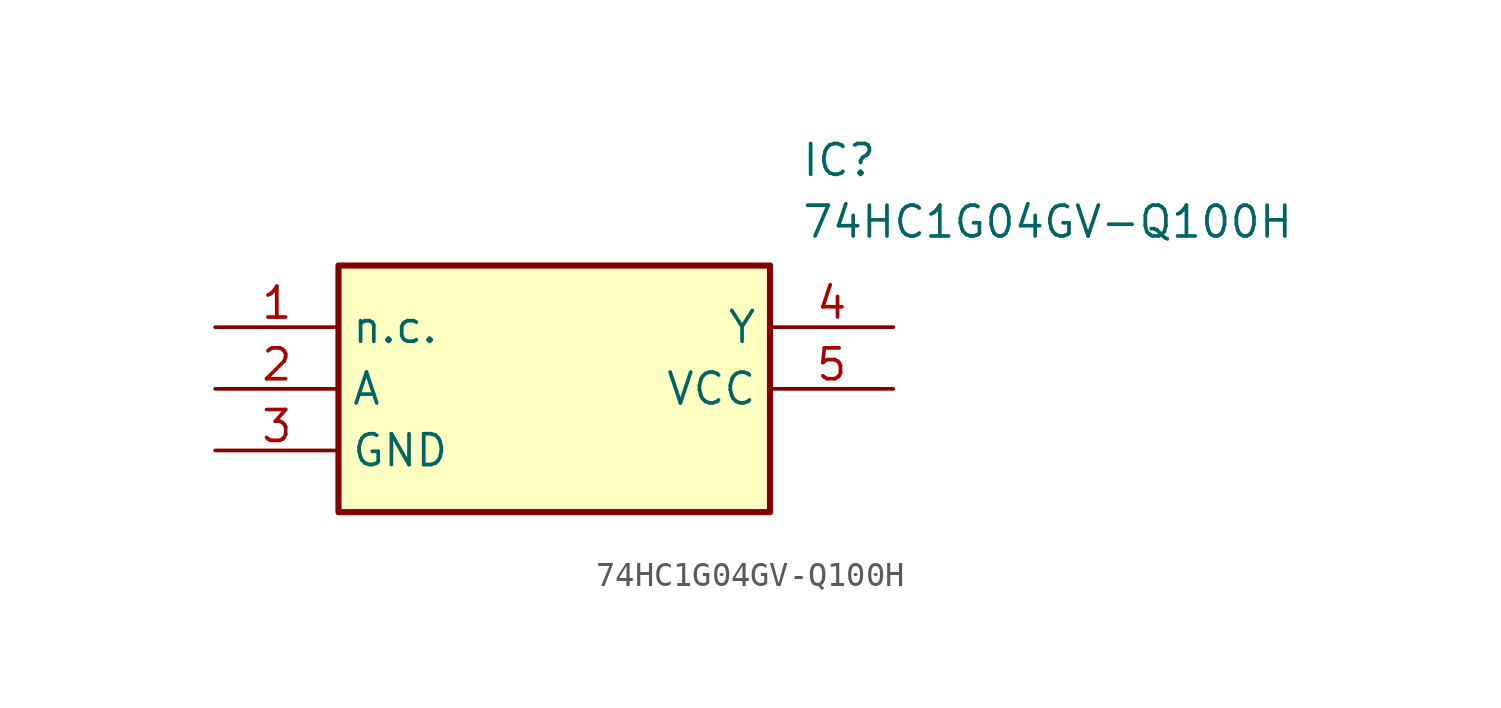
<source format=kicad_sym>
(kicad_symbol_lib
  (version 20211014)
  (generator SamacSys_ECAD_Model)
  (symbol "74HC1G04GV-Q100H"
    (property "Reference" "IC"
      (at 24.13 7.62 0)
      (effects (font (size 1.27 1.27)) (justify left top)))
    (property "Value" "74HC1G04GV-Q100H"
      (at 24.13 5.08 0)
      (effects (font (size 1.27 1.27)) (justify left top)))
    (rectangle
      (start 5.08 2.54)
      (end 22.86 -7.62)
      (stroke (width 0.254) (type default))
      (fill (type background)))
    (pin passive line
      (at 0 0 0)
      (length 5.08)
      (name "n.c." (effects (font (size 1.27 1.27))))
      (number "1" (effects (font (size 1.27 1.27)))))
    (pin passive line
      (at 0 -2.54 0)
      (length 5.08)
      (name "A" (effects (font (size 1.27 1.27))))
      (number "2" (effects (font (size 1.27 1.27)))))
    (pin passive line
      (at 0 -5.08 0)
      (length 5.08)
      (name "GND" (effects (font (size 1.27 1.27))))
      (number "3" (effects (font (size 1.27 1.27)))))
    (pin passive line
      (at 27.94 0 180)
      (length 5.08)
      (name "Y" (effects (font (size 1.27 1.27))))
      (number "4" (effects (font (size 1.27 1.27)))))
    (pin passive line
      (at 27.94 -2.54 180)
      (length 5.08)
      (name "VCC" (effects (font (size 1.27 1.27))))
      (number "5" (effects (font (size 1.27 1.27)))))))
</source>
